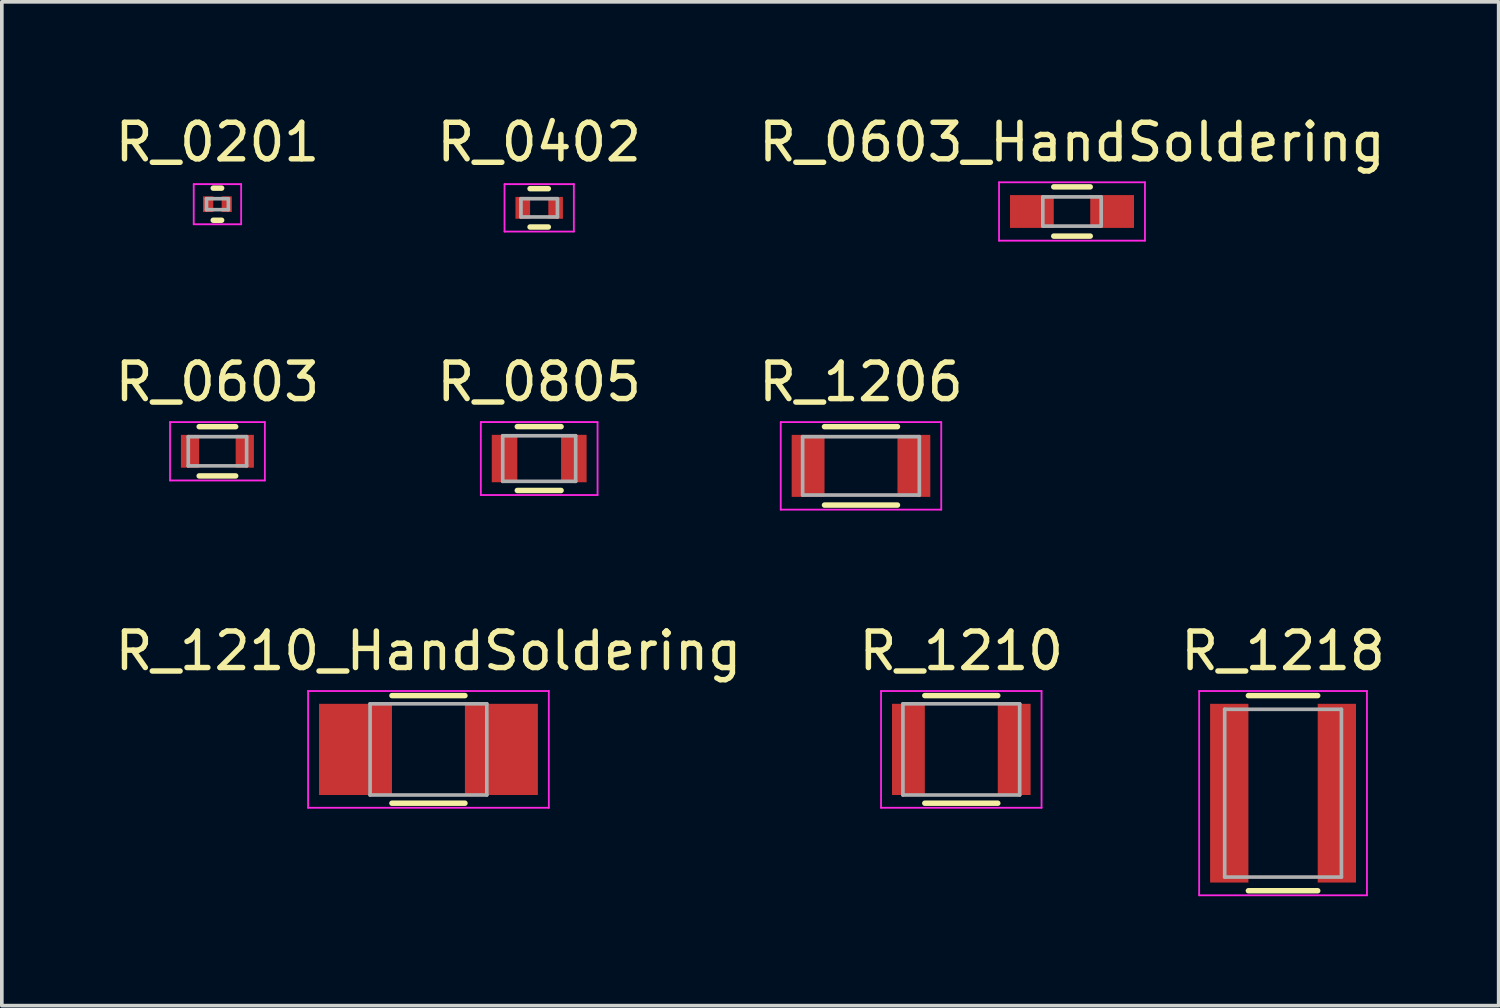
<source format=kicad_pcb>
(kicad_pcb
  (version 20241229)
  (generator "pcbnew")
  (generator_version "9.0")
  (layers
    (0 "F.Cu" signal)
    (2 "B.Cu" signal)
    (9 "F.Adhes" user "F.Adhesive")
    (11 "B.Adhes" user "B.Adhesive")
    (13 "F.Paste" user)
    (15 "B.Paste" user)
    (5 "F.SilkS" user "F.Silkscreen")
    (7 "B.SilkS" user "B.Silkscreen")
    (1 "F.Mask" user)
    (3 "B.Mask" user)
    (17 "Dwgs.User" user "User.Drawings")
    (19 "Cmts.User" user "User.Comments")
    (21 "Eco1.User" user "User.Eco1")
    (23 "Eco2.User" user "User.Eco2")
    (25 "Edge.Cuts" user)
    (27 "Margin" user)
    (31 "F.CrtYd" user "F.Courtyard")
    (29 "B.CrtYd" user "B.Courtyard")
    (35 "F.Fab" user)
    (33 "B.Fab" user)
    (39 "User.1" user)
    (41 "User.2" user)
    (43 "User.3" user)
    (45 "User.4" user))
  (footprint "R_0201"
    (layer "F.Cu")
    (at 2.911 2.548)
    (property "Reference" "R_0201" (at 0 -1.7 0) (layer "F.SilkS") (effects (font (size 1 1) (thickness 0.15))))
    (attr smd)
    (fp_line (start -0.115 0.44) (end 0.115 0.44) (stroke (width 0.15) (type solid)) (layer "F.SilkS"))
    (fp_line (start 0.115 -0.44) (end -0.115 -0.44) (stroke (width 0.15) (type solid)) (layer "F.SilkS"))
    (fp_line (start -0.65 -0.55) (end -0.65 0.55) (stroke (width 0.05) (type solid)) (layer "F.CrtYd"))
    (fp_line (start -0.65 -0.55) (end 0.65 -0.55) (stroke (width 0.05) (type solid)) (layer "F.CrtYd"))
    (fp_line (start -0.65 0.55) (end 0.65 0.55) (stroke (width 0.05) (type solid)) (layer "F.CrtYd"))
    (fp_line (start 0.65 -0.55) (end 0.65 0.55) (stroke (width 0.05) (type solid)) (layer "F.CrtYd"))
    (fp_line (start -0.3 -0.15) (end 0.3 -0.15) (stroke (width 0.1) (type solid)) (layer "F.Fab"))
    (fp_line (start -0.3 0.15) (end -0.3 -0.15) (stroke (width 0.1) (type solid)) (layer "F.Fab"))
    (fp_line (start 0.3 -0.15) (end 0.3 0.15) (stroke (width 0.1) (type solid)) (layer "F.Fab"))
    (fp_line (start 0.3 0.15) (end -0.3 0.15) (stroke (width 0.1) (type solid)) (layer "F.Fab"))
    (pad "1" smd rect (at -0.255 0) (size 0.28 0.43) (layers "F.Cu" "F.Mask" "F.Paste"))
    (pad "2" smd rect (at 0.255 0) (size 0.28 0.43) (layers "F.Cu" "F.Mask" "F.Paste")))
  (footprint "R_1206"
    (layer "F.Cu")
    (at 20.554 9.722)
    (property "Reference" "R_1206" (at 0 -2.3 0) (layer "F.SilkS") (effects (font (size 1 1) (thickness 0.15))))
    (attr smd)
    (fp_line (start -1 -1.075) (end 1 -1.075) (stroke (width 0.15) (type solid)) (layer "F.SilkS"))
    (fp_line (start 1 1.075) (end -1 1.075) (stroke (width 0.15) (type solid)) (layer "F.SilkS"))
    (fp_line (start -2.2 -1.2) (end -2.2 1.2) (stroke (width 0.05) (type solid)) (layer "F.CrtYd"))
    (fp_line (start -2.2 -1.2) (end 2.2 -1.2) (stroke (width 0.05) (type solid)) (layer "F.CrtYd"))
    (fp_line (start -2.2 1.2) (end 2.2 1.2) (stroke (width 0.05) (type solid)) (layer "F.CrtYd"))
    (fp_line (start 2.2 -1.2) (end 2.2 1.2) (stroke (width 0.05) (type solid)) (layer "F.CrtYd"))
    (fp_line (start -1.6 -0.8) (end 1.6 -0.8) (stroke (width 0.1) (type solid)) (layer "F.Fab"))
    (fp_line (start -1.6 0.8) (end -1.6 -0.8) (stroke (width 0.1) (type solid)) (layer "F.Fab"))
    (fp_line (start 1.6 -0.8) (end 1.6 0.8) (stroke (width 0.1) (type solid)) (layer "F.Fab"))
    (fp_line (start 1.6 0.8) (end -1.6 0.8) (stroke (width 0.1) (type solid)) (layer "F.Fab"))
    (pad "1" smd rect (at -1.45 0) (size 0.9 1.7) (layers "F.Cu" "F.Mask" "F.Paste"))
    (pad "2" smd rect (at 1.45 0) (size 0.9 1.7) (layers "F.Cu" "F.Mask" "F.Paste")))
  (footprint "R_0603"
    (layer "F.Cu")
    (at 2.911 9.322)
    (property "Reference" "R_0603" (at 0 -1.9 0) (layer "F.SilkS") (effects (font (size 1 1) (thickness 0.15))))
    (attr smd)
    (fp_line (start -0.5 -0.675) (end 0.5 -0.675) (stroke (width 0.15) (type solid)) (layer "F.SilkS"))
    (fp_line (start 0.5 0.675) (end -0.5 0.675) (stroke (width 0.15) (type solid)) (layer "F.SilkS"))
    (fp_line (start -1.3 -0.8) (end -1.3 0.8) (stroke (width 0.05) (type solid)) (layer "F.CrtYd"))
    (fp_line (start -1.3 -0.8) (end 1.3 -0.8) (stroke (width 0.05) (type solid)) (layer "F.CrtYd"))
    (fp_line (start -1.3 0.8) (end 1.3 0.8) (stroke (width 0.05) (type solid)) (layer "F.CrtYd"))
    (fp_line (start 1.3 -0.8) (end 1.3 0.8) (stroke (width 0.05) (type solid)) (layer "F.CrtYd"))
    (fp_line (start -0.8 -0.4) (end 0.8 -0.4) (stroke (width 0.1) (type solid)) (layer "F.Fab"))
    (fp_line (start -0.8 0.4) (end -0.8 -0.4) (stroke (width 0.1) (type solid)) (layer "F.Fab"))
    (fp_line (start 0.8 -0.4) (end 0.8 0.4) (stroke (width 0.1) (type solid)) (layer "F.Fab"))
    (fp_line (start 0.8 0.4) (end -0.8 0.4) (stroke (width 0.1) (type solid)) (layer "F.Fab"))
    (pad "1" smd rect (at -0.75 0) (size 0.5 0.9) (layers "F.Cu" "F.Mask" "F.Paste"))
    (pad "2" smd rect (at 0.75 0) (size 0.5 0.9) (layers "F.Cu" "F.Mask" "F.Paste")))
  (footprint "R_1210"
    (layer "F.Cu")
    (at 23.304 17.495)
    (property "Reference" "R_1210" (at 0 -2.7 0) (layer "F.SilkS") (effects (font (size 1 1) (thickness 0.15))))
    (attr smd)
    (fp_line (start -1 -1.475) (end 1 -1.475) (stroke (width 0.15) (type solid)) (layer "F.SilkS"))
    (fp_line (start 1 1.475) (end -1 1.475) (stroke (width 0.15) (type solid)) (layer "F.SilkS"))
    (fp_line (start -2.2 -1.6) (end -2.2 1.6) (stroke (width 0.05) (type solid)) (layer "F.CrtYd"))
    (fp_line (start -2.2 -1.6) (end 2.2 -1.6) (stroke (width 0.05) (type solid)) (layer "F.CrtYd"))
    (fp_line (start -2.2 1.6) (end 2.2 1.6) (stroke (width 0.05) (type solid)) (layer "F.CrtYd"))
    (fp_line (start 2.2 -1.6) (end 2.2 1.6) (stroke (width 0.05) (type solid)) (layer "F.CrtYd"))
    (fp_line (start -1.6 -1.25) (end 1.6 -1.25) (stroke (width 0.1) (type solid)) (layer "F.Fab"))
    (fp_line (start -1.6 1.25) (end -1.6 -1.25) (stroke (width 0.1) (type solid)) (layer "F.Fab"))
    (fp_line (start 1.6 -1.25) (end 1.6 1.25) (stroke (width 0.1) (type solid)) (layer "F.Fab"))
    (fp_line (start 1.6 1.25) (end -1.6 1.25) (stroke (width 0.1) (type solid)) (layer "F.Fab"))
    (pad "1" smd rect (at -1.45 0) (size 0.9 2.5) (layers "F.Cu" "F.Mask" "F.Paste"))
    (pad "2" smd rect (at 1.45 0) (size 0.9 2.5) (layers "F.Cu" "F.Mask" "F.Paste")))
  (footprint "R_0603_HandSoldering"
    (layer "F.Cu")
    (at 26.339 2.748)
    (property "Reference" "R_0603_HandSoldering" (at 0 -1.9 0) (layer "F.SilkS") (effects (font (size 1 1) (thickness 0.15))))
    (attr smd)
    (fp_line (start -0.5 -0.675) (end 0.5 -0.675) (stroke (width 0.15) (type solid)) (layer "F.SilkS"))
    (fp_line (start 0.5 0.675) (end -0.5 0.675) (stroke (width 0.15) (type solid)) (layer "F.SilkS"))
    (fp_line (start -2 -0.8) (end -2 0.8) (stroke (width 0.05) (type solid)) (layer "F.CrtYd"))
    (fp_line (start -2 -0.8) (end 2 -0.8) (stroke (width 0.05) (type solid)) (layer "F.CrtYd"))
    (fp_line (start -2 0.8) (end 2 0.8) (stroke (width 0.05) (type solid)) (layer "F.CrtYd"))
    (fp_line (start 2 -0.8) (end 2 0.8) (stroke (width 0.05) (type solid)) (layer "F.CrtYd"))
    (fp_line (start -0.8 -0.4) (end 0.8 -0.4) (stroke (width 0.1) (type solid)) (layer "F.Fab"))
    (fp_line (start -0.8 0.4) (end -0.8 -0.4) (stroke (width 0.1) (type solid)) (layer "F.Fab"))
    (fp_line (start 0.8 -0.4) (end 0.8 0.4) (stroke (width 0.1) (type solid)) (layer "F.Fab"))
    (fp_line (start 0.8 0.4) (end -0.8 0.4) (stroke (width 0.1) (type solid)) (layer "F.Fab"))
    (pad "1" smd rect (at -1.1 0) (size 1.2 0.9) (layers "F.Cu" "F.Mask" "F.Paste"))
    (pad "2" smd rect (at 1.1 0) (size 1.2 0.9) (layers "F.Cu" "F.Mask" "F.Paste")))
  (footprint "R_1210_HandSoldering"
    (layer "F.Cu")
    (at 8.696 17.495)
    (property "Reference" "R_1210_HandSoldering" (at 0 -2.7 0) (layer "F.SilkS") (effects (font (size 1 1) (thickness 0.15))))
    (attr smd)
    (fp_line (start -1 -1.475) (end 1 -1.475) (stroke (width 0.15) (type solid)) (layer "F.SilkS"))
    (fp_line (start 1 1.475) (end -1 1.475) (stroke (width 0.15) (type solid)) (layer "F.SilkS"))
    (fp_line (start -3.3 -1.6) (end -3.3 1.6) (stroke (width 0.05) (type solid)) (layer "F.CrtYd"))
    (fp_line (start -3.3 -1.6) (end 3.3 -1.6) (stroke (width 0.05) (type solid)) (layer "F.CrtYd"))
    (fp_line (start -3.3 1.6) (end 3.3 1.6) (stroke (width 0.05) (type solid)) (layer "F.CrtYd"))
    (fp_line (start 3.3 -1.6) (end 3.3 1.6) (stroke (width 0.05) (type solid)) (layer "F.CrtYd"))
    (fp_line (start -1.6 -1.25) (end 1.6 -1.25) (stroke (width 0.1) (type solid)) (layer "F.Fab"))
    (fp_line (start -1.6 1.25) (end -1.6 -1.25) (stroke (width 0.1) (type solid)) (layer "F.Fab"))
    (fp_line (start 1.6 -1.25) (end 1.6 1.25) (stroke (width 0.1) (type solid)) (layer "F.Fab"))
    (fp_line (start 1.6 1.25) (end -1.6 1.25) (stroke (width 0.1) (type solid)) (layer "F.Fab"))
    (pad "1" smd rect (at -2 0) (size 2 2.5) (layers "F.Cu" "F.Mask" "F.Paste"))
    (pad "2" smd rect (at 2 0) (size 2 2.5) (layers "F.Cu" "F.Mask" "F.Paste")))
  (footprint "R_1218"
    (layer "F.Cu")
    (at 32.125 18.695)
    (property "Reference" "R_1218" (at 0 -3.9 0) (layer "F.SilkS") (effects (font (size 1 1) (thickness 0.15))))
    (attr smd)
    (fp_line (start -0.95 -2.675) (end 0.95 -2.675) (stroke (width 0.15) (type solid)) (layer "F.SilkS"))
    (fp_line (start 0.95 2.675) (end -0.95 2.675) (stroke (width 0.15) (type solid)) (layer "F.SilkS"))
    (fp_line (start -2.3 -2.8) (end -2.3 2.8) (stroke (width 0.05) (type solid)) (layer "F.CrtYd"))
    (fp_line (start -2.3 -2.8) (end 2.3 -2.8) (stroke (width 0.05) (type solid)) (layer "F.CrtYd"))
    (fp_line (start -2.3 2.8) (end 2.3 2.8) (stroke (width 0.05) (type solid)) (layer "F.CrtYd"))
    (fp_line (start 2.3 -2.8) (end 2.3 2.8) (stroke (width 0.05) (type solid)) (layer "F.CrtYd"))
    (fp_line (start -1.6 -2.3) (end -1.6 2.3) (stroke (width 0.1) (type solid)) (layer "F.Fab"))
    (fp_line (start -1.6 2.3) (end 1.6 2.3) (stroke (width 0.1) (type solid)) (layer "F.Fab"))
    (fp_line (start 1.6 -2.3) (end -1.6 -2.3) (stroke (width 0.1) (type solid)) (layer "F.Fab"))
    (fp_line (start 1.6 2.3) (end 1.6 -2.3) (stroke (width 0.1) (type solid)) (layer "F.Fab"))
    (pad "1" smd rect (at -1.475 0) (size 1.05 4.9) (layers "F.Cu" "F.Mask" "F.Paste"))
    (pad "2" smd rect (at 1.475 0) (size 1.05 4.9) (layers "F.Cu" "F.Mask" "F.Paste")))
  (footprint "R_0402"
    (layer "F.Cu")
    (at 11.732 2.648)
    (property "Reference" "R_0402" (at 0 -1.8 0) (layer "F.SilkS") (effects (font (size 1 1) (thickness 0.15))))
    (attr smd)
    (fp_line (start -0.25 0.525) (end 0.25 0.525) (stroke (width 0.15) (type solid)) (layer "F.SilkS"))
    (fp_line (start 0.25 -0.525) (end -0.25 -0.525) (stroke (width 0.15) (type solid)) (layer "F.SilkS"))
    (fp_line (start -0.95 -0.65) (end -0.95 0.65) (stroke (width 0.05) (type solid)) (layer "F.CrtYd"))
    (fp_line (start -0.95 -0.65) (end 0.95 -0.65) (stroke (width 0.05) (type solid)) (layer "F.CrtYd"))
    (fp_line (start -0.95 0.65) (end 0.95 0.65) (stroke (width 0.05) (type solid)) (layer "F.CrtYd"))
    (fp_line (start 0.95 -0.65) (end 0.95 0.65) (stroke (width 0.05) (type solid)) (layer "F.CrtYd"))
    (fp_line (start -0.5 -0.25) (end 0.5 -0.25) (stroke (width 0.1) (type solid)) (layer "F.Fab"))
    (fp_line (start -0.5 0.25) (end -0.5 -0.25) (stroke (width 0.1) (type solid)) (layer "F.Fab"))
    (fp_line (start 0.5 -0.25) (end 0.5 0.25) (stroke (width 0.1) (type solid)) (layer "F.Fab"))
    (fp_line (start 0.5 0.25) (end -0.5 0.25) (stroke (width 0.1) (type solid)) (layer "F.Fab"))
    (pad "1" smd rect (at -0.45 0) (size 0.4 0.6) (layers "F.Cu" "F.Mask" "F.Paste"))
    (pad "2" smd rect (at 0.45 0) (size 0.4 0.6) (layers "F.Cu" "F.Mask" "F.Paste")))
  (footprint "R_0805"
    (layer "F.Cu")
    (at 11.732 9.521)
    (property "Reference" "R_0805" (at 0 -2.1 0) (layer "F.SilkS") (effects (font (size 1 1) (thickness 0.15))))
    (attr smd)
    (fp_line (start -0.6 -0.875) (end 0.6 -0.875) (stroke (width 0.15) (type solid)) (layer "F.SilkS"))
    (fp_line (start 0.6 0.875) (end -0.6 0.875) (stroke (width 0.15) (type solid)) (layer "F.SilkS"))
    (fp_line (start -1.6 -1) (end -1.6 1) (stroke (width 0.05) (type solid)) (layer "F.CrtYd"))
    (fp_line (start -1.6 -1) (end 1.6 -1) (stroke (width 0.05) (type solid)) (layer "F.CrtYd"))
    (fp_line (start -1.6 1) (end 1.6 1) (stroke (width 0.05) (type solid)) (layer "F.CrtYd"))
    (fp_line (start 1.6 -1) (end 1.6 1) (stroke (width 0.05) (type solid)) (layer "F.CrtYd"))
    (fp_line (start -1 -0.625) (end 1 -0.625) (stroke (width 0.1) (type solid)) (layer "F.Fab"))
    (fp_line (start -1 0.625) (end -1 -0.625) (stroke (width 0.1) (type solid)) (layer "F.Fab"))
    (fp_line (start 1 -0.625) (end 1 0.625) (stroke (width 0.1) (type solid)) (layer "F.Fab"))
    (fp_line (start 1 0.625) (end -1 0.625) (stroke (width 0.1) (type solid)) (layer "F.Fab"))
    (pad "1" smd rect (at -0.95 0) (size 0.7 1.3) (layers "F.Cu" "F.Mask" "F.Paste"))
    (pad "2" smd rect (at 0.95 0) (size 0.7 1.3) (layers "F.Cu" "F.Mask" "F.Paste")))
  (gr_rect
    (start -3 -3)
    (end 38.036 24.52)
    (stroke (width 0.1) (type default))
    (fill no)
    (layer "Edge.Cuts")))
</source>
